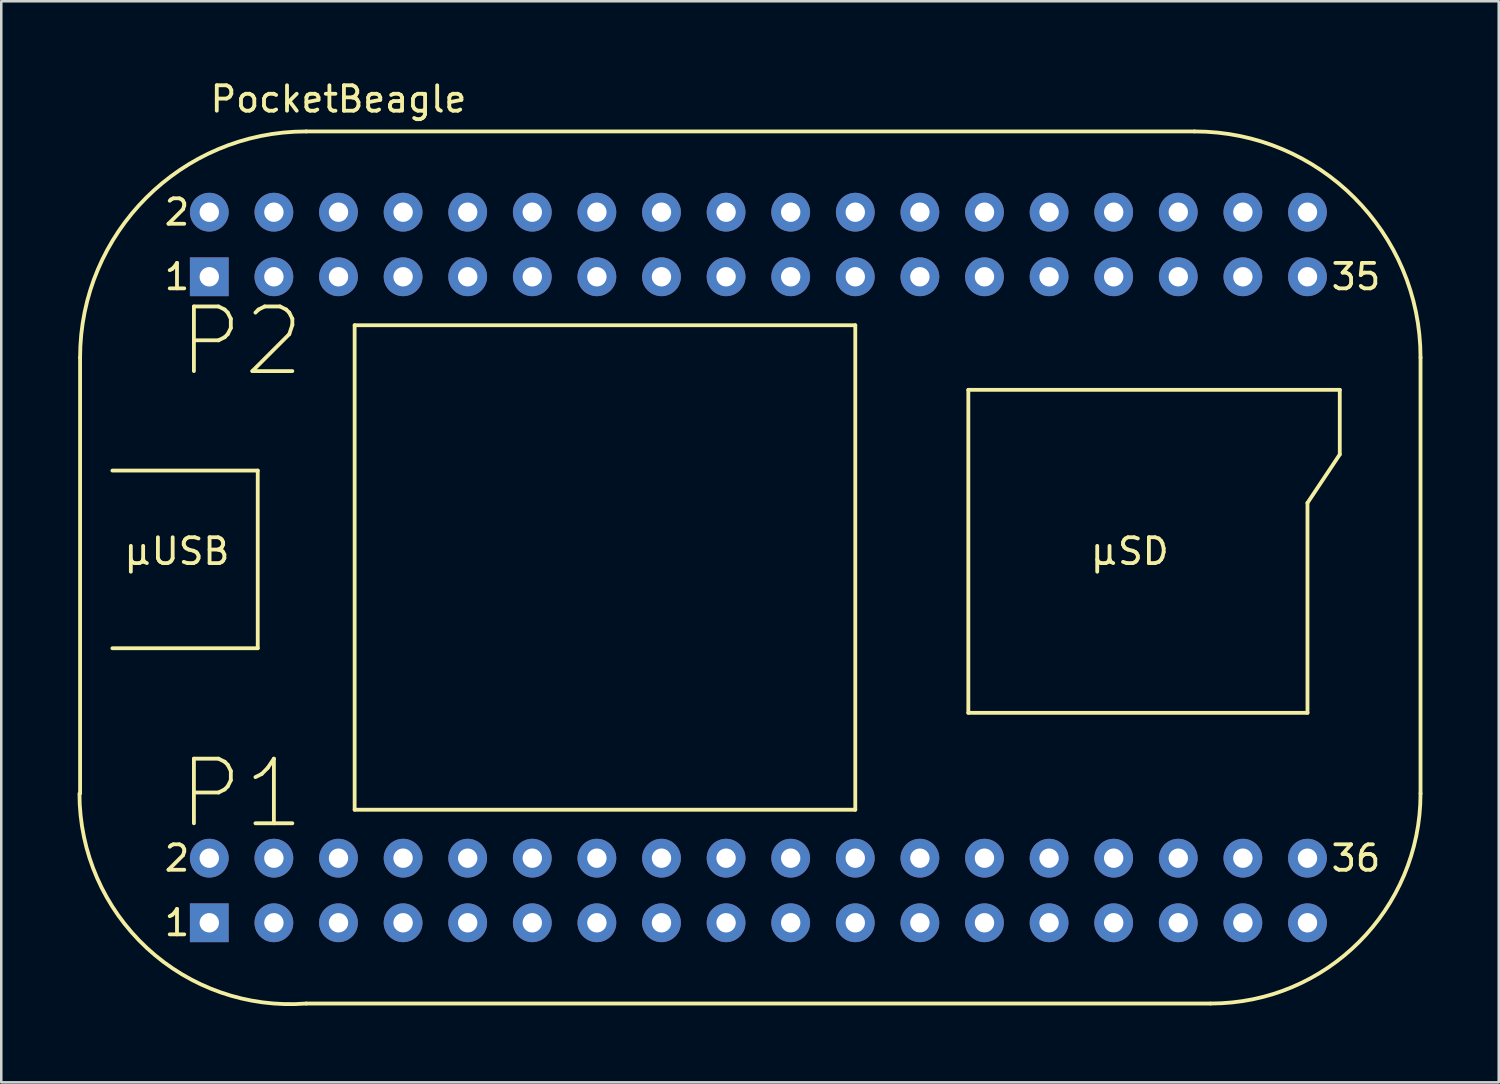
<source format=kicad_pcb>
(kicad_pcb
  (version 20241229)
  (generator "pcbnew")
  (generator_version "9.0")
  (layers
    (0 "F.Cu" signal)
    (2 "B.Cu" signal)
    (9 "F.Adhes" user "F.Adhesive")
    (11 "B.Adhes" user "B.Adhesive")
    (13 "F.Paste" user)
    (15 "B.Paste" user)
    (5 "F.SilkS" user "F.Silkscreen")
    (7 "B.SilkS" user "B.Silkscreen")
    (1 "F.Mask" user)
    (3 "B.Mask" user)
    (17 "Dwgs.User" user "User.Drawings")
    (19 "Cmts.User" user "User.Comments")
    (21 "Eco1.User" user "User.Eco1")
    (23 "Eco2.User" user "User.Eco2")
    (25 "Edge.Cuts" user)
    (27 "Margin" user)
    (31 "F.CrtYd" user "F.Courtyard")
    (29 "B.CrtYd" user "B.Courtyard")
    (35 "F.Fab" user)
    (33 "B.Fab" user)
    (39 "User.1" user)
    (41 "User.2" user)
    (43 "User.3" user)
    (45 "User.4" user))
  (footprint "PocketBeagle"
    (layer "F.Cu")
    (at 25.499 17.993)
    (property "Reference" "PocketBeagle" (at -15.24 -17.145 0) (layer "F.SilkS") (effects (font (size 1 1) (thickness 0.15))))
    (attr through_hole)
    (fp_line (start -25.4 -6.985) (end -25.4 10.16) (stroke (width 0.15) (type solid)) (layer "F.SilkS"))
    (fp_line (start -24.13 -2.54) (end -18.415 -2.54) (stroke (width 0.15) (type solid)) (layer "F.SilkS"))
    (fp_line (start -18.415 -2.54) (end -18.415 4.445) (stroke (width 0.15) (type solid)) (layer "F.SilkS"))
    (fp_line (start -18.415 4.445) (end -24.13 4.445) (stroke (width 0.15) (type solid)) (layer "F.SilkS"))
    (fp_line (start -14.605 -8.255) (end 5.08 -8.255) (stroke (width 0.15) (type solid)) (layer "F.SilkS"))
    (fp_line (start -14.605 10.795) (end -14.605 -8.255) (stroke (width 0.15) (type solid)) (layer "F.SilkS"))
    (fp_line (start 5.08 -8.255) (end 5.08 10.795) (stroke (width 0.15) (type solid)) (layer "F.SilkS"))
    (fp_line (start 5.08 10.795) (end -14.605 10.795) (stroke (width 0.15) (type solid)) (layer "F.SilkS"))
    (fp_line (start 9.525 -5.715) (end 9.525 6.985) (stroke (width 0.15) (type solid)) (layer "F.SilkS"))
    (fp_line (start 9.525 6.985) (end 22.86 6.985) (stroke (width 0.15) (type solid)) (layer "F.SilkS"))
    (fp_line (start 18.415 -15.875) (end -16.51 -15.875) (stroke (width 0.15) (type solid)) (layer "F.SilkS"))
    (fp_line (start 19.05 18.415) (end -16.51 18.415) (stroke (width 0.15) (type solid)) (layer "F.SilkS"))
    (fp_line (start 22.86 -1.27) (end 24.13 -3.175) (stroke (width 0.15) (type solid)) (layer "F.SilkS"))
    (fp_line (start 22.86 6.985) (end 22.86 -1.27) (stroke (width 0.15) (type solid)) (layer "F.SilkS"))
    (fp_line (start 24.13 -5.715) (end 9.525 -5.715) (stroke (width 0.15) (type solid)) (layer "F.SilkS"))
    (fp_line (start 24.13 -3.175) (end 24.13 -5.715) (stroke (width 0.15) (type solid)) (layer "F.SilkS"))
    (fp_line (start 27.305 -6.985) (end 27.305 10.16) (stroke (width 0.15) (type solid)) (layer "F.SilkS"))
    (fp_arc (start -25.4 -6.985) (mid -22.796179 -13.271179) (end -16.51 -15.875) (stroke (width 0.15) (type solid)) (layer "F.SilkS"))
    (fp_arc (start -16.51 18.415) (mid -22.770426 16.23477) (end -25.424387 10.16) (stroke (width 0.15) (type solid)) (layer "F.SilkS"))
    (fp_arc (start 18.415 -15.875) (mid 24.701179 -13.271179) (end 27.305 -6.985) (stroke (width 0.15) (type solid)) (layer "F.SilkS"))
    (fp_arc (start 27.305 10.16) (mid 24.887166 15.997166) (end 19.05 18.415) (stroke (width 0.15) (type solid)) (layer "F.SilkS"))
    (fp_text user "2" (at -21.59 -12.7 0) (layer "F.SilkS") (effects (font (size 1 1) (thickness 0.15))))
    (fp_text user "µUSB" (at -21.59 0.635 0) (layer "F.SilkS") (effects (font (size 1.016 1.016) (thickness 0.15))))
    (fp_text user "35" (at 24.765 -10.16 0) (layer "F.SilkS") (effects (font (size 1 1) (thickness 0.15))))
    (fp_text user "2" (at -21.59 12.7 0) (layer "F.SilkS") (effects (font (size 1 1) (thickness 0.15))))
    (fp_text user "1" (at -21.59 -10.16 0) (layer "F.SilkS") (effects (font (size 1 1) (thickness 0.15))))
    (fp_text user "µSD" (at 15.875 0.635 0) (layer "F.SilkS") (effects (font (size 1.016 1.016) (thickness 0.15))))
    (fp_text user "36" (at 24.765 12.7 0) (layer "F.SilkS") (effects (font (size 1 1) (thickness 0.15))))
    (fp_text user "1" (at -21.59 15.24 0) (layer "F.SilkS") (effects (font (size 1 1) (thickness 0.15))))
    (fp_text user "P1" (at -19.05 10.16 0) (layer "F.SilkS") (effects (font (size 2.54 2.54) (thickness 0.15))))
    (fp_text user "P2" (at -19.05 -7.62 0) (layer "F.SilkS") (effects (font (size 2.54 2.54) (thickness 0.15))))
    (pad "101" thru_hole rect (at -20.32 15.24) (size 1.524 1.524) (drill 0.762) (layers "*.Cu" "*.Mask"))
    (pad "102" thru_hole circle (at -20.32 12.7) (size 1.524 1.524) (drill 0.762) (layers "*.Cu" "*.Mask"))
    (pad "103" thru_hole circle (at -17.78 15.24) (size 1.524 1.524) (drill 0.762) (layers "*.Cu" "*.Mask"))
    (pad "104" thru_hole circle (at -17.78 12.7) (size 1.524 1.524) (drill 0.762) (layers "*.Cu" "*.Mask"))
    (pad "105" thru_hole circle (at -15.24 15.24) (size 1.524 1.524) (drill 0.762) (layers "*.Cu" "*.Mask"))
    (pad "106" thru_hole circle (at -15.24 12.7) (size 1.524 1.524) (drill 0.762) (layers "*.Cu" "*.Mask"))
    (pad "107" thru_hole circle (at -12.7 15.24) (size 1.524 1.524) (drill 0.762) (layers "*.Cu" "*.Mask"))
    (pad "108" thru_hole circle (at -12.7 12.7) (size 1.524 1.524) (drill 0.762) (layers "*.Cu" "*.Mask"))
    (pad "109" thru_hole circle (at -10.16 15.24) (size 1.524 1.524) (drill 0.762) (layers "*.Cu" "*.Mask"))
    (pad "110" thru_hole circle (at -10.16 12.7) (size 1.524 1.524) (drill 0.762) (layers "*.Cu" "*.Mask"))
    (pad "111" thru_hole circle (at -7.62 15.24) (size 1.524 1.524) (drill 0.762) (layers "*.Cu" "*.Mask"))
    (pad "112" thru_hole circle (at -7.62 12.7) (size 1.524 1.524) (drill 0.762) (layers "*.Cu" "*.Mask"))
    (pad "113" thru_hole circle (at -5.08 15.24) (size 1.524 1.524) (drill 0.762) (layers "*.Cu" "*.Mask"))
    (pad "114" thru_hole circle (at -5.08 12.7) (size 1.524 1.524) (drill 0.762) (layers "*.Cu" "*.Mask"))
    (pad "115" thru_hole circle (at -2.54 15.24) (size 1.524 1.524) (drill 0.762) (layers "*.Cu" "*.Mask"))
    (pad "116" thru_hole circle (at -2.54 12.7) (size 1.524 1.524) (drill 0.762) (layers "*.Cu" "*.Mask"))
    (pad "117" thru_hole circle (at 0 15.24) (size 1.524 1.524) (drill 0.762) (layers "*.Cu" "*.Mask"))
    (pad "118" thru_hole circle (at 0 12.7) (size 1.524 1.524) (drill 0.762) (layers "*.Cu" "*.Mask"))
    (pad "119" thru_hole circle (at 2.54 15.24) (size 1.524 1.524) (drill 0.762) (layers "*.Cu" "*.Mask"))
    (pad "120" thru_hole circle (at 2.54 12.7) (size 1.524 1.524) (drill 0.762) (layers "*.Cu" "*.Mask"))
    (pad "121" thru_hole circle (at 5.08 15.24) (size 1.524 1.524) (drill 0.762) (layers "*.Cu" "*.Mask"))
    (pad "122" thru_hole circle (at 5.08 12.7) (size 1.524 1.524) (drill 0.762) (layers "*.Cu" "*.Mask"))
    (pad "123" thru_hole circle (at 7.62 15.24) (size 1.524 1.524) (drill 0.762) (layers "*.Cu" "*.Mask"))
    (pad "124" thru_hole circle (at 7.62 12.7) (size 1.524 1.524) (drill 0.762) (layers "*.Cu" "*.Mask"))
    (pad "125" thru_hole circle (at 10.16 15.24) (size 1.524 1.524) (drill 0.762) (layers "*.Cu" "*.Mask"))
    (pad "126" thru_hole circle (at 10.16 12.7) (size 1.524 1.524) (drill 0.762) (layers "*.Cu" "*.Mask"))
    (pad "127" thru_hole circle (at 12.7 15.24) (size 1.524 1.524) (drill 0.762) (layers "*.Cu" "*.Mask"))
    (pad "128" thru_hole circle (at 12.7 12.7) (size 1.524 1.524) (drill 0.762) (layers "*.Cu" "*.Mask"))
    (pad "129" thru_hole circle (at 15.24 15.24) (size 1.524 1.524) (drill 0.762) (layers "*.Cu" "*.Mask"))
    (pad "130" thru_hole circle (at 15.24 12.7) (size 1.524 1.524) (drill 0.762) (layers "*.Cu" "*.Mask"))
    (pad "131" thru_hole circle (at 17.78 15.24) (size 1.524 1.524) (drill 0.762) (layers "*.Cu" "*.Mask"))
    (pad "132" thru_hole circle (at 17.78 12.7) (size 1.524 1.524) (drill 0.762) (layers "*.Cu" "*.Mask"))
    (pad "133" thru_hole circle (at 20.32 15.24) (size 1.524 1.524) (drill 0.762) (layers "*.Cu" "*.Mask"))
    (pad "134" thru_hole circle (at 20.32 12.7) (size 1.524 1.524) (drill 0.762) (layers "*.Cu" "*.Mask"))
    (pad "135" thru_hole circle (at 22.86 15.24) (size 1.524 1.524) (drill 0.762) (layers "*.Cu" "*.Mask"))
    (pad "136" thru_hole circle (at 22.86 12.7) (size 1.524 1.524) (drill 0.762) (layers "*.Cu" "*.Mask"))
    (pad "201" thru_hole rect (at -20.32 -10.16) (size 1.524 1.524) (drill 0.762) (layers "*.Cu" "*.Mask"))
    (pad "202" thru_hole circle (at -20.32 -12.7) (size 1.524 1.524) (drill 0.762) (layers "*.Cu" "*.Mask"))
    (pad "203" thru_hole circle (at -17.78 -10.16) (size 1.524 1.524) (drill 0.762) (layers "*.Cu" "*.Mask"))
    (pad "204" thru_hole circle (at -17.78 -12.7) (size 1.524 1.524) (drill 0.762) (layers "*.Cu" "*.Mask"))
    (pad "205" thru_hole circle (at -15.24 -10.16) (size 1.524 1.524) (drill 0.762) (layers "*.Cu" "*.Mask"))
    (pad "206" thru_hole circle (at -15.24 -12.7) (size 1.524 1.524) (drill 0.762) (layers "*.Cu" "*.Mask"))
    (pad "207" thru_hole circle (at -12.7 -10.16) (size 1.524 1.524) (drill 0.762) (layers "*.Cu" "*.Mask"))
    (pad "208" thru_hole circle (at -12.7 -12.7) (size 1.524 1.524) (drill 0.762) (layers "*.Cu" "*.Mask"))
    (pad "209" thru_hole circle (at -10.16 -10.16) (size 1.524 1.524) (drill 0.762) (layers "*.Cu" "*.Mask"))
    (pad "210" thru_hole circle (at -10.16 -12.7) (size 1.524 1.524) (drill 0.762) (layers "*.Cu" "*.Mask"))
    (pad "211" thru_hole circle (at -7.62 -10.16) (size 1.524 1.524) (drill 0.762) (layers "*.Cu" "*.Mask"))
    (pad "212" thru_hole circle (at -7.62 -12.7) (size 1.524 1.524) (drill 0.762) (layers "*.Cu" "*.Mask"))
    (pad "213" thru_hole circle (at -5.08 -10.16) (size 1.524 1.524) (drill 0.762) (layers "*.Cu" "*.Mask"))
    (pad "214" thru_hole circle (at -5.08 -12.7) (size 1.524 1.524) (drill 0.762) (layers "*.Cu" "*.Mask"))
    (pad "215" thru_hole circle (at -2.54 -10.16) (size 1.524 1.524) (drill 0.762) (layers "*.Cu" "*.Mask"))
    (pad "216" thru_hole circle (at -2.54 -12.7) (size 1.524 1.524) (drill 0.762) (layers "*.Cu" "*.Mask"))
    (pad "217" thru_hole circle (at 0 -10.16) (size 1.524 1.524) (drill 0.762) (layers "*.Cu" "*.Mask"))
    (pad "218" thru_hole circle (at 0 -12.7) (size 1.524 1.524) (drill 0.762) (layers "*.Cu" "*.Mask"))
    (pad "219" thru_hole circle (at 2.54 -10.16) (size 1.524 1.524) (drill 0.762) (layers "*.Cu" "*.Mask"))
    (pad "220" thru_hole circle (at 2.54 -12.7) (size 1.524 1.524) (drill 0.762) (layers "*.Cu" "*.Mask"))
    (pad "221" thru_hole circle (at 5.08 -10.16) (size 1.524 1.524) (drill 0.762) (layers "*.Cu" "*.Mask"))
    (pad "222" thru_hole circle (at 5.08 -12.7) (size 1.524 1.524) (drill 0.762) (layers "*.Cu" "*.Mask"))
    (pad "223" thru_hole circle (at 7.62 -10.16) (size 1.524 1.524) (drill 0.762) (layers "*.Cu" "*.Mask"))
    (pad "224" thru_hole circle (at 7.62 -12.7) (size 1.524 1.524) (drill 0.762) (layers "*.Cu" "*.Mask"))
    (pad "225" thru_hole circle (at 10.16 -10.16) (size 1.524 1.524) (drill 0.762) (layers "*.Cu" "*.Mask"))
    (pad "226" thru_hole circle (at 10.16 -12.7) (size 1.524 1.524) (drill 0.762) (layers "*.Cu" "*.Mask"))
    (pad "227" thru_hole circle (at 12.7 -10.16) (size 1.524 1.524) (drill 0.762) (layers "*.Cu" "*.Mask"))
    (pad "228" thru_hole circle (at 12.7 -12.7) (size 1.524 1.524) (drill 0.762) (layers "*.Cu" "*.Mask"))
    (pad "229" thru_hole circle (at 15.24 -10.16) (size 1.524 1.524) (drill 0.762) (layers "*.Cu" "*.Mask"))
    (pad "230" thru_hole circle (at 15.24 -12.7) (size 1.524 1.524) (drill 0.762) (layers "*.Cu" "*.Mask"))
    (pad "231" thru_hole circle (at 17.78 -10.16) (size 1.524 1.524) (drill 0.762) (layers "*.Cu" "*.Mask"))
    (pad "232" thru_hole circle (at 17.78 -12.7) (size 1.524 1.524) (drill 0.762) (layers "*.Cu" "*.Mask"))
    (pad "233" thru_hole circle (at 20.32 -10.16) (size 1.524 1.524) (drill 0.762) (layers "*.Cu" "*.Mask"))
    (pad "234" thru_hole circle (at 20.32 -12.7) (size 1.524 1.524) (drill 0.762) (layers "*.Cu" "*.Mask"))
    (pad "235" thru_hole circle (at 22.86 -10.16) (size 1.524 1.524) (drill 0.762) (layers "*.Cu" "*.Mask"))
    (pad "236" thru_hole circle (at 22.86 -12.7) (size 1.524 1.524) (drill 0.762) (layers "*.Cu" "*.Mask")))
  (gr_rect
    (start -3 -3)
    (end 55.879 39.508)
    (stroke (width 0.1) (type default))
    (fill no)
    (layer "Edge.Cuts")))
</source>
